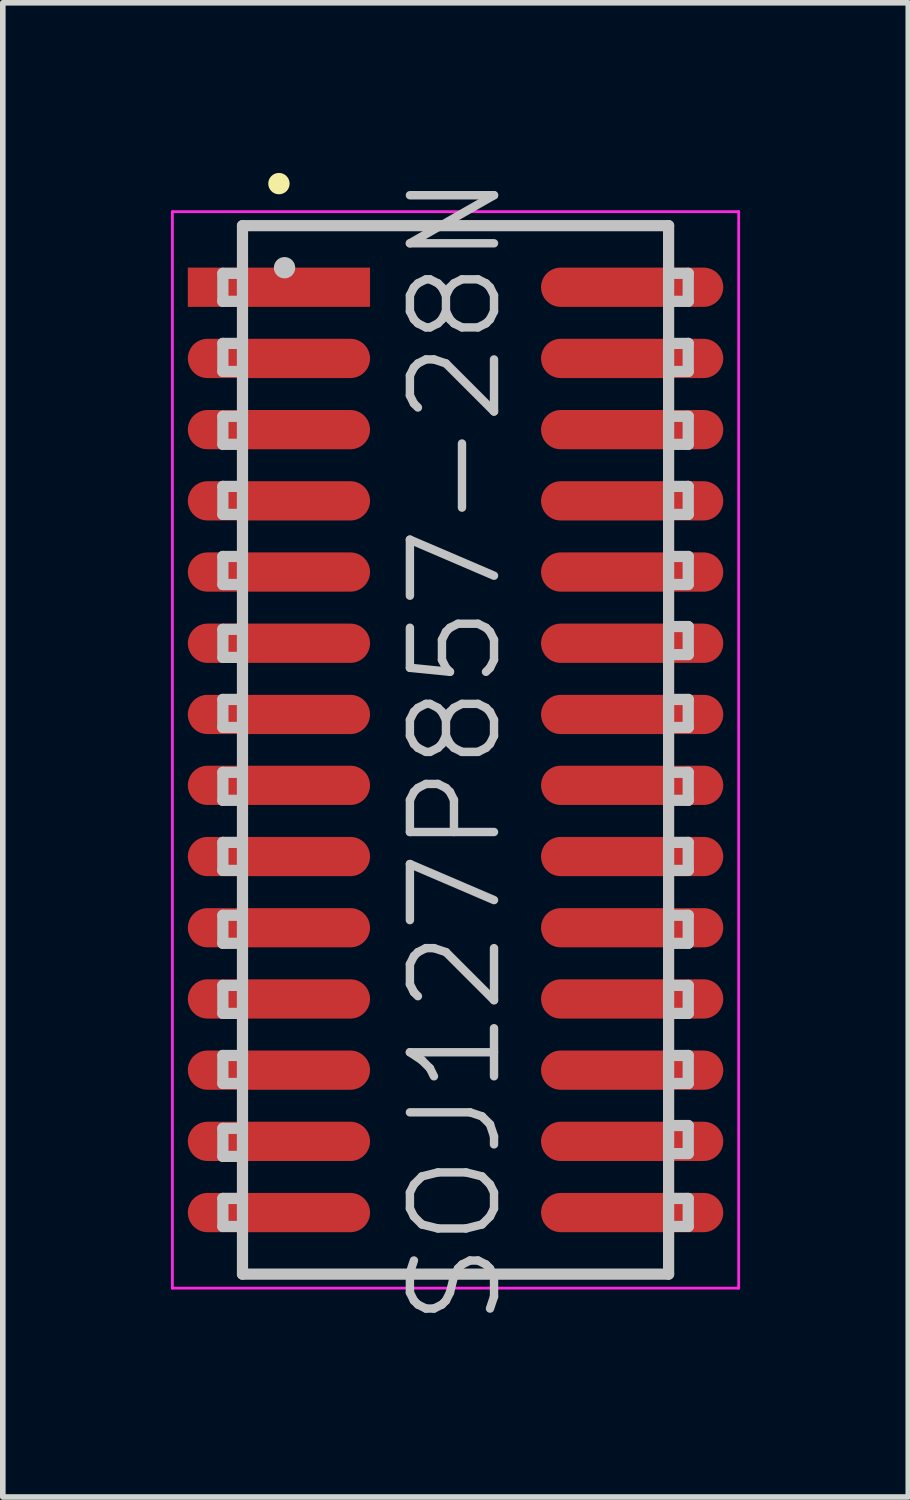
<source format=kicad_pcb>
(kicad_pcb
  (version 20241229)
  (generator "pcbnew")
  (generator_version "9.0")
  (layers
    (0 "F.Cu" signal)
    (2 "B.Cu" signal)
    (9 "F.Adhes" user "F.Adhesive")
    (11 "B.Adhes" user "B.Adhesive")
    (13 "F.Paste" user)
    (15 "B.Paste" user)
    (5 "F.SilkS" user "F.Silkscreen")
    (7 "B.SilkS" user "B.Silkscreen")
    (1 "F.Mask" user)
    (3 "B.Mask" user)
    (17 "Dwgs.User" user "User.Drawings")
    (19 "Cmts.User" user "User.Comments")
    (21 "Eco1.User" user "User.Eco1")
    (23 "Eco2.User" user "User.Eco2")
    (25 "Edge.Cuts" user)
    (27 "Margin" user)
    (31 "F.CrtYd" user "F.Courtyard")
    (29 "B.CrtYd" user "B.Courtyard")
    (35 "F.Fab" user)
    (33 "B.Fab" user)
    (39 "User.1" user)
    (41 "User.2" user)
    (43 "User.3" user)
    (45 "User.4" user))
  (footprint "SOJ127P857-28N"
    (layer "F.Cu")
    (at 5.075 10.325)
    (property "Reference" "SOJ127P857-28N" (at 0 0 90) (layer "Dwgs.User") (effects (font (size 1.5 1.5) (thickness 0.15))))
    (attr smd)
    (fp_line (start -3.15 -10.1) (end -3.15 -10.1) (stroke (width 0.381) (type solid)) (layer "F.SilkS"))
    (fp_line (start -4.15 -8.5) (end -4.15 -8) (stroke (width 0.2) (type solid)) (layer "Dwgs.User"))
    (fp_line (start -4.15 -8) (end -3.8 -8) (stroke (width 0.2) (type solid)) (layer "Dwgs.User"))
    (fp_line (start -4.15 -7.25) (end -4.15 -6.75) (stroke (width 0.2) (type solid)) (layer "Dwgs.User"))
    (fp_line (start -4.15 -6.75) (end -3.8 -6.75) (stroke (width 0.2) (type solid)) (layer "Dwgs.User"))
    (fp_line (start -4.15 -5.95) (end -4.15 -5.45) (stroke (width 0.2) (type solid)) (layer "Dwgs.User"))
    (fp_line (start -4.15 -5.45) (end -3.8 -5.45) (stroke (width 0.2) (type solid)) (layer "Dwgs.User"))
    (fp_line (start -4.15 -4.7) (end -4.15 -4.2) (stroke (width 0.2) (type solid)) (layer "Dwgs.User"))
    (fp_line (start -4.15 -4.2) (end -3.8 -4.2) (stroke (width 0.2) (type solid)) (layer "Dwgs.User"))
    (fp_line (start -4.15 -3.45) (end -4.15 -2.95) (stroke (width 0.2) (type solid)) (layer "Dwgs.User"))
    (fp_line (start -4.15 -2.95) (end -3.8 -2.95) (stroke (width 0.2) (type solid)) (layer "Dwgs.User"))
    (fp_line (start -4.15 -2.15) (end -4.15 -1.65) (stroke (width 0.2) (type solid)) (layer "Dwgs.User"))
    (fp_line (start -4.15 -1.65) (end -3.8 -1.65) (stroke (width 0.2) (type solid)) (layer "Dwgs.User"))
    (fp_line (start -4.15 -0.9) (end -4.15 -0.4) (stroke (width 0.2) (type solid)) (layer "Dwgs.User"))
    (fp_line (start -4.15 -0.4) (end -3.8 -0.4) (stroke (width 0.2) (type solid)) (layer "Dwgs.User"))
    (fp_line (start -4.15 0.4) (end -4.15 0.9) (stroke (width 0.2) (type solid)) (layer "Dwgs.User"))
    (fp_line (start -4.15 0.9) (end -3.8 0.9) (stroke (width 0.2) (type solid)) (layer "Dwgs.User"))
    (fp_line (start -4.15 1.65) (end -4.15 2.15) (stroke (width 0.2) (type solid)) (layer "Dwgs.User"))
    (fp_line (start -4.15 2.15) (end -3.8 2.15) (stroke (width 0.2) (type solid)) (layer "Dwgs.User"))
    (fp_line (start -4.15 2.95) (end -4.15 3.45) (stroke (width 0.2) (type solid)) (layer "Dwgs.User"))
    (fp_line (start -4.15 3.45) (end -3.8 3.45) (stroke (width 0.2) (type solid)) (layer "Dwgs.User"))
    (fp_line (start -4.15 4.2) (end -4.15 4.7) (stroke (width 0.2) (type solid)) (layer "Dwgs.User"))
    (fp_line (start -4.15 4.7) (end -3.8 4.7) (stroke (width 0.2) (type solid)) (layer "Dwgs.User"))
    (fp_line (start -4.15 5.45) (end -4.15 5.95) (stroke (width 0.2) (type solid)) (layer "Dwgs.User"))
    (fp_line (start -4.15 5.95) (end -3.8 5.95) (stroke (width 0.2) (type solid)) (layer "Dwgs.User"))
    (fp_line (start -4.15 6.75) (end -4.15 7.25) (stroke (width 0.2) (type solid)) (layer "Dwgs.User"))
    (fp_line (start -4.15 7.25) (end -3.8 7.25) (stroke (width 0.2) (type solid)) (layer "Dwgs.User"))
    (fp_line (start -4.15 8) (end -4.15 8.5) (stroke (width 0.2) (type solid)) (layer "Dwgs.User"))
    (fp_line (start -4.15 8.5) (end -3.8 8.5) (stroke (width 0.2) (type solid)) (layer "Dwgs.User"))
    (fp_line (start -3.8 -9.35) (end -3.8 9.35) (stroke (width 0.2) (type solid)) (layer "Dwgs.User"))
    (fp_line (start -3.8 -9.35) (end 3.8 -9.35) (stroke (width 0.2) (type solid)) (layer "Dwgs.User"))
    (fp_line (start -3.8 -8.5) (end -4.15 -8.5) (stroke (width 0.2) (type solid)) (layer "Dwgs.User"))
    (fp_line (start -3.8 -7.25) (end -4.15 -7.25) (stroke (width 0.2) (type solid)) (layer "Dwgs.User"))
    (fp_line (start -3.8 -5.95) (end -4.15 -5.95) (stroke (width 0.2) (type solid)) (layer "Dwgs.User"))
    (fp_line (start -3.8 -4.7) (end -4.15 -4.7) (stroke (width 0.2) (type solid)) (layer "Dwgs.User"))
    (fp_line (start -3.8 -3.45) (end -4.15 -3.45) (stroke (width 0.2) (type solid)) (layer "Dwgs.User"))
    (fp_line (start -3.8 -2.15) (end -4.15 -2.15) (stroke (width 0.2) (type solid)) (layer "Dwgs.User"))
    (fp_line (start -3.8 -0.9) (end -4.15 -0.9) (stroke (width 0.2) (type solid)) (layer "Dwgs.User"))
    (fp_line (start -3.8 0.4) (end -4.15 0.4) (stroke (width 0.2) (type solid)) (layer "Dwgs.User"))
    (fp_line (start -3.8 1.65) (end -4.15 1.65) (stroke (width 0.2) (type solid)) (layer "Dwgs.User"))
    (fp_line (start -3.8 2.95) (end -4.15 2.95) (stroke (width 0.2) (type solid)) (layer "Dwgs.User"))
    (fp_line (start -3.8 4.2) (end -4.15 4.2) (stroke (width 0.2) (type solid)) (layer "Dwgs.User"))
    (fp_line (start -3.8 5.45) (end -4.15 5.45) (stroke (width 0.2) (type solid)) (layer "Dwgs.User"))
    (fp_line (start -3.8 6.75) (end -4.15 6.75) (stroke (width 0.2) (type solid)) (layer "Dwgs.User"))
    (fp_line (start -3.8 8) (end -4.15 8) (stroke (width 0.2) (type solid)) (layer "Dwgs.User"))
    (fp_line (start -3.8 9.35) (end 3.8 9.35) (stroke (width 0.2) (type solid)) (layer "Dwgs.User"))
    (fp_line (start -3.05 -8.6) (end -3.05 -8.6) (stroke (width 0.381) (type solid)) (layer "Dwgs.User"))
    (fp_line (start 3.8 -9.35) (end 3.8 9.35) (stroke (width 0.2) (type solid)) (layer "Dwgs.User"))
    (fp_line (start 3.8 -8.5) (end 4.15 -8.5) (stroke (width 0.2) (type solid)) (layer "Dwgs.User"))
    (fp_line (start 3.8 -7.25) (end 4.15 -7.25) (stroke (width 0.2) (type solid)) (layer "Dwgs.User"))
    (fp_line (start 3.8 -5.95) (end 4.15 -5.95) (stroke (width 0.2) (type solid)) (layer "Dwgs.User"))
    (fp_line (start 3.8 -4.7) (end 4.15 -4.7) (stroke (width 0.2) (type solid)) (layer "Dwgs.User"))
    (fp_line (start 3.8 -3.45) (end 4.15 -3.45) (stroke (width 0.2) (type solid)) (layer "Dwgs.User"))
    (fp_line (start 3.8 -2.2) (end 4.15 -2.2) (stroke (width 0.2) (type solid)) (layer "Dwgs.User"))
    (fp_line (start 3.8 -0.9) (end 4.15 -0.9) (stroke (width 0.2) (type solid)) (layer "Dwgs.User"))
    (fp_line (start 3.8 0.4) (end 4.15 0.4) (stroke (width 0.2) (type solid)) (layer "Dwgs.User"))
    (fp_line (start 3.8 1.65) (end 4.15 1.65) (stroke (width 0.2) (type solid)) (layer "Dwgs.User"))
    (fp_line (start 3.8 2.95) (end 4.15 2.95) (stroke (width 0.2) (type solid)) (layer "Dwgs.User"))
    (fp_line (start 3.8 4.2) (end 4.15 4.2) (stroke (width 0.2) (type solid)) (layer "Dwgs.User"))
    (fp_line (start 3.8 5.45) (end 4.15 5.45) (stroke (width 0.2) (type solid)) (layer "Dwgs.User"))
    (fp_line (start 3.8 6.7) (end 4.15 6.7) (stroke (width 0.2) (type solid)) (layer "Dwgs.User"))
    (fp_line (start 3.8 8) (end 4.15 8) (stroke (width 0.2) (type solid)) (layer "Dwgs.User"))
    (fp_line (start 4.15 -8.5) (end 4.15 -8) (stroke (width 0.2) (type solid)) (layer "Dwgs.User"))
    (fp_line (start 4.15 -8) (end 3.8 -8) (stroke (width 0.2) (type solid)) (layer "Dwgs.User"))
    (fp_line (start 4.15 -7.25) (end 4.15 -6.75) (stroke (width 0.2) (type solid)) (layer "Dwgs.User"))
    (fp_line (start 4.15 -6.75) (end 3.8 -6.75) (stroke (width 0.2) (type solid)) (layer "Dwgs.User"))
    (fp_line (start 4.15 -5.95) (end 4.15 -5.45) (stroke (width 0.2) (type solid)) (layer "Dwgs.User"))
    (fp_line (start 4.15 -5.45) (end 3.8 -5.45) (stroke (width 0.2) (type solid)) (layer "Dwgs.User"))
    (fp_line (start 4.15 -4.7) (end 4.15 -4.2) (stroke (width 0.2) (type solid)) (layer "Dwgs.User"))
    (fp_line (start 4.15 -4.2) (end 3.8 -4.2) (stroke (width 0.2) (type solid)) (layer "Dwgs.User"))
    (fp_line (start 4.15 -3.45) (end 4.15 -2.95) (stroke (width 0.2) (type solid)) (layer "Dwgs.User"))
    (fp_line (start 4.15 -2.95) (end 3.8 -2.95) (stroke (width 0.2) (type solid)) (layer "Dwgs.User"))
    (fp_line (start 4.15 -2.2) (end 4.15 -1.7) (stroke (width 0.2) (type solid)) (layer "Dwgs.User"))
    (fp_line (start 4.15 -1.7) (end 3.8 -1.7) (stroke (width 0.2) (type solid)) (layer "Dwgs.User"))
    (fp_line (start 4.15 -0.9) (end 4.15 -0.4) (stroke (width 0.2) (type solid)) (layer "Dwgs.User"))
    (fp_line (start 4.15 -0.4) (end 3.8 -0.4) (stroke (width 0.2) (type solid)) (layer "Dwgs.User"))
    (fp_line (start 4.15 0.4) (end 4.15 0.9) (stroke (width 0.2) (type solid)) (layer "Dwgs.User"))
    (fp_line (start 4.15 0.9) (end 3.8 0.9) (stroke (width 0.2) (type solid)) (layer "Dwgs.User"))
    (fp_line (start 4.15 1.65) (end 4.15 2.15) (stroke (width 0.2) (type solid)) (layer "Dwgs.User"))
    (fp_line (start 4.15 2.15) (end 3.8 2.15) (stroke (width 0.2) (type solid)) (layer "Dwgs.User"))
    (fp_line (start 4.15 2.95) (end 4.15 3.45) (stroke (width 0.2) (type solid)) (layer "Dwgs.User"))
    (fp_line (start 4.15 3.45) (end 3.8 3.45) (stroke (width 0.2) (type solid)) (layer "Dwgs.User"))
    (fp_line (start 4.15 4.2) (end 4.15 4.7) (stroke (width 0.2) (type solid)) (layer "Dwgs.User"))
    (fp_line (start 4.15 4.7) (end 3.8 4.7) (stroke (width 0.2) (type solid)) (layer "Dwgs.User"))
    (fp_line (start 4.15 5.45) (end 4.15 5.95) (stroke (width 0.2) (type solid)) (layer "Dwgs.User"))
    (fp_line (start 4.15 5.95) (end 3.8 5.95) (stroke (width 0.2) (type solid)) (layer "Dwgs.User"))
    (fp_line (start 4.15 6.7) (end 4.15 7.2) (stroke (width 0.2) (type solid)) (layer "Dwgs.User"))
    (fp_line (start 4.15 7.2) (end 3.8 7.2) (stroke (width 0.2) (type solid)) (layer "Dwgs.User"))
    (fp_line (start 4.15 8) (end 4.15 8.5) (stroke (width 0.2) (type solid)) (layer "Dwgs.User"))
    (fp_line (start 4.15 8.5) (end 3.8 8.5) (stroke (width 0.2) (type solid)) (layer "Dwgs.User"))
    (fp_line (start -5.05 -9.6) (end -5.05 9.6) (stroke (width 0.05) (type solid)) (layer "F.CrtYd"))
    (fp_line (start -5.05 -9.6) (end 5.05 -9.6) (stroke (width 0.05) (type solid)) (layer "F.CrtYd"))
    (fp_line (start -5.05 9.6) (end 5.05 9.6) (stroke (width 0.05) (type solid)) (layer "F.CrtYd"))
    (fp_line (start 5.05 -9.6) (end 5.05 9.6) (stroke (width 0.05) (type solid)) (layer "F.CrtYd"))
    (pad "1" smd rect (at -3.15 -8.252 90) (size 0.7 3.25) (layers "F.Cu" "F.Mask" "F.Paste"))
    (pad "2" smd oval (at -3.15 -6.982 90) (size 0.7 3.25) (layers "F.Cu" "F.Mask" "F.Paste"))
    (pad "3" smd oval (at -3.15 -5.712 90) (size 0.7 3.25) (layers "F.Cu" "F.Mask" "F.Paste"))
    (pad "4" smd oval (at -3.15 -4.442 90) (size 0.7 3.25) (layers "F.Cu" "F.Mask" "F.Paste"))
    (pad "5" smd oval (at -3.15 -3.172 90) (size 0.7 3.25) (layers "F.Cu" "F.Mask" "F.Paste"))
    (pad "6" smd oval (at -3.15 -1.902 90) (size 0.7 3.25) (layers "F.Cu" "F.Mask" "F.Paste"))
    (pad "7" smd oval (at -3.15 -0.632 90) (size 0.7 3.25) (layers "F.Cu" "F.Mask" "F.Paste"))
    (pad "8" smd oval (at -3.15 0.632 90) (size 0.7 3.25) (layers "F.Cu" "F.Mask" "F.Paste"))
    (pad "9" smd oval (at -3.15 1.902 90) (size 0.7 3.25) (layers "F.Cu" "F.Mask" "F.Paste"))
    (pad "10" smd oval (at -3.15 3.172 90) (size 0.7 3.25) (layers "F.Cu" "F.Mask" "F.Paste"))
    (pad "11" smd oval (at -3.15 4.442 90) (size 0.7 3.25) (layers "F.Cu" "F.Mask" "F.Paste"))
    (pad "12" smd oval (at -3.15 5.712 90) (size 0.7 3.25) (layers "F.Cu" "F.Mask" "F.Paste"))
    (pad "13" smd oval (at -3.15 6.982 90) (size 0.7 3.25) (layers "F.Cu" "F.Mask" "F.Paste"))
    (pad "14" smd oval (at -3.15 8.252 90) (size 0.7 3.25) (layers "F.Cu" "F.Mask" "F.Paste"))
    (pad "15" smd oval (at 3.15 8.252 270) (size 0.7 3.25) (layers "F.Cu" "F.Mask" "F.Paste"))
    (pad "16" smd oval (at 3.15 6.982 270) (size 0.7 3.25) (layers "F.Cu" "F.Mask" "F.Paste"))
    (pad "17" smd oval (at 3.15 5.712 270) (size 0.7 3.25) (layers "F.Cu" "F.Mask" "F.Paste"))
    (pad "18" smd oval (at 3.15 4.442 270) (size 0.7 3.25) (layers "F.Cu" "F.Mask" "F.Paste"))
    (pad "19" smd oval (at 3.15 3.172 270) (size 0.7 3.25) (layers "F.Cu" "F.Mask" "F.Paste"))
    (pad "20" smd oval (at 3.15 1.902 270) (size 0.7 3.25) (layers "F.Cu" "F.Mask" "F.Paste"))
    (pad "21" smd oval (at 3.15 0.632 270) (size 0.7 3.25) (layers "F.Cu" "F.Mask" "F.Paste"))
    (pad "22" smd oval (at 3.15 -0.632 270) (size 0.7 3.25) (layers "F.Cu" "F.Mask" "F.Paste"))
    (pad "23" smd oval (at 3.15 -1.902 270) (size 0.7 3.25) (layers "F.Cu" "F.Mask" "F.Paste"))
    (pad "24" smd oval (at 3.15 -3.172 270) (size 0.7 3.25) (layers "F.Cu" "F.Mask" "F.Paste"))
    (pad "25" smd oval (at 3.15 -4.442 270) (size 0.7 3.25) (layers "F.Cu" "F.Mask" "F.Paste"))
    (pad "26" smd oval (at 3.15 -5.712 270) (size 0.7 3.25) (layers "F.Cu" "F.Mask" "F.Paste"))
    (pad "27" smd oval (at 3.15 -6.982 270) (size 0.7 3.25) (layers "F.Cu" "F.Mask" "F.Paste"))
    (pad "28" smd oval (at 3.15 -8.252 270) (size 0.7 3.25) (layers "F.Cu" "F.Mask" "F.Paste")))
  (gr_rect
    (start -3 -3)
    (end 13.15 23.65)
    (stroke (width 0.1) (type default))
    (fill no)
    (layer "Edge.Cuts")))
</source>
